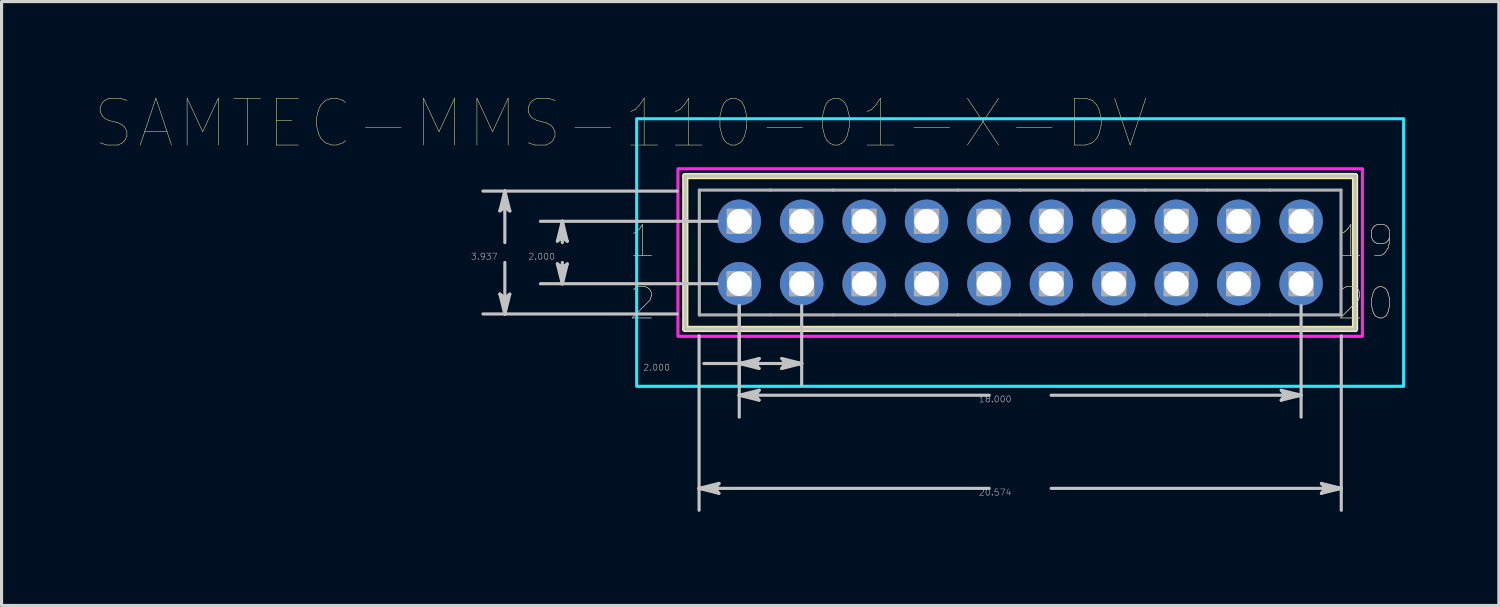
<source format=kicad_pcb>
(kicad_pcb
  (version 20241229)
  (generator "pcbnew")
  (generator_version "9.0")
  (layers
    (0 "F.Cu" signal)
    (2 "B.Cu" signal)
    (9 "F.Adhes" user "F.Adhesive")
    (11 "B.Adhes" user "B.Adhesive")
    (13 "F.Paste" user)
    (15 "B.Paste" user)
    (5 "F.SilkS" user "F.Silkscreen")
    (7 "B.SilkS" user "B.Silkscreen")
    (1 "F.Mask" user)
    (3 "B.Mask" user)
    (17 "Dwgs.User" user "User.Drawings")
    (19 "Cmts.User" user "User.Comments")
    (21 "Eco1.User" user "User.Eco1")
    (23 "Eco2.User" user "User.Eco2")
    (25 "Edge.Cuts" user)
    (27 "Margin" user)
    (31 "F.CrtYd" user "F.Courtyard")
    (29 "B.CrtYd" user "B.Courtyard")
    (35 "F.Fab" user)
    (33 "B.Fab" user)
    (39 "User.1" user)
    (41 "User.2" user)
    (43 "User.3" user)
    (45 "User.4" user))
  (footprint "SAMTEC-MMS-110-01-X-DV"
    (layer "F.Cu")
    (at 29.634 5.04)
    (property "Reference" "SAMTEC-MMS-110-01-X-DV" (at -12.797 -4.136 0) (layer "F.SilkS") (effects (font (size 1.5 1.5) (thickness 0.015))))
    (attr through_hole)
    (fp_circle (center -9 -1) (end -8.254 -1) (stroke (width 0.1) (type solid)) (fill no) (layer "F.Mask"))
    (fp_circle (center -9 1) (end -8.254 1) (stroke (width 0.1) (type solid)) (fill no) (layer "F.Mask"))
    (fp_circle (center -7 -1) (end -6.254 -1) (stroke (width 0.1) (type solid)) (fill no) (layer "F.Mask"))
    (fp_circle (center -7 1) (end -6.254 1) (stroke (width 0.1) (type solid)) (fill no) (layer "F.Mask"))
    (fp_circle (center -5 -1) (end -4.254 -1) (stroke (width 0.1) (type solid)) (fill no) (layer "F.Mask"))
    (fp_circle (center -5 1) (end -4.254 1) (stroke (width 0.1) (type solid)) (fill no) (layer "F.Mask"))
    (fp_circle (center -3 -1) (end -2.254 -1) (stroke (width 0.1) (type solid)) (fill no) (layer "F.Mask"))
    (fp_circle (center -3 1) (end -2.254 1) (stroke (width 0.1) (type solid)) (fill no) (layer "F.Mask"))
    (fp_circle (center -1 -1) (end -0.254 -1) (stroke (width 0.1) (type solid)) (fill no) (layer "F.Mask"))
    (fp_circle (center -1 1) (end -0.254 1) (stroke (width 0.1) (type solid)) (fill no) (layer "F.Mask"))
    (fp_circle (center 1 -1) (end 1.746 -1) (stroke (width 0.1) (type solid)) (fill no) (layer "F.Mask"))
    (fp_circle (center 1 1) (end 1.746 1) (stroke (width 0.1) (type solid)) (fill no) (layer "F.Mask"))
    (fp_circle (center 3 -1) (end 3.746 -1) (stroke (width 0.1) (type solid)) (fill no) (layer "F.Mask"))
    (fp_circle (center 3 1) (end 3.746 1) (stroke (width 0.1) (type solid)) (fill no) (layer "F.Mask"))
    (fp_circle (center 5 -1) (end 5.746 -1) (stroke (width 0.1) (type solid)) (fill no) (layer "F.Mask"))
    (fp_circle (center 5 1) (end 5.746 1) (stroke (width 0.1) (type solid)) (fill no) (layer "F.Mask"))
    (fp_circle (center 7 -1) (end 7.746 -1) (stroke (width 0.1) (type solid)) (fill no) (layer "F.Mask"))
    (fp_circle (center 7 1) (end 7.746 1) (stroke (width 0.1) (type solid)) (fill no) (layer "F.Mask"))
    (fp_circle (center 9 -1) (end 9.746 -1) (stroke (width 0.1) (type solid)) (fill no) (layer "F.Mask"))
    (fp_circle (center 9 1) (end 9.746 1) (stroke (width 0.1) (type solid)) (fill no) (layer "F.Mask"))
    (fp_circle (center -9 -1) (end -8.254 -1) (stroke (width 0.1) (type solid)) (fill no) (layer "B.Mask"))
    (fp_circle (center -9 1) (end -8.254 1) (stroke (width 0.1) (type solid)) (fill no) (layer "B.Mask"))
    (fp_circle (center -7 -1) (end -6.254 -1) (stroke (width 0.1) (type solid)) (fill no) (layer "B.Mask"))
    (fp_circle (center -7 1) (end -6.254 1) (stroke (width 0.1) (type solid)) (fill no) (layer "B.Mask"))
    (fp_circle (center -5 -1) (end -4.254 -1) (stroke (width 0.1) (type solid)) (fill no) (layer "B.Mask"))
    (fp_circle (center -5 1) (end -4.254 1) (stroke (width 0.1) (type solid)) (fill no) (layer "B.Mask"))
    (fp_circle (center -3 -1) (end -2.254 -1) (stroke (width 0.1) (type solid)) (fill no) (layer "B.Mask"))
    (fp_circle (center -3 1) (end -2.254 1) (stroke (width 0.1) (type solid)) (fill no) (layer "B.Mask"))
    (fp_circle (center -1 -1) (end -0.254 -1) (stroke (width 0.1) (type solid)) (fill no) (layer "B.Mask"))
    (fp_circle (center -1 1) (end -0.254 1) (stroke (width 0.1) (type solid)) (fill no) (layer "B.Mask"))
    (fp_circle (center 1 -1) (end 1.746 -1) (stroke (width 0.1) (type solid)) (fill no) (layer "B.Mask"))
    (fp_circle (center 1 1) (end 1.746 1) (stroke (width 0.1) (type solid)) (fill no) (layer "B.Mask"))
    (fp_circle (center 3 -1) (end 3.746 -1) (stroke (width 0.1) (type solid)) (fill no) (layer "B.Mask"))
    (fp_circle (center 3 1) (end 3.746 1) (stroke (width 0.1) (type solid)) (fill no) (layer "B.Mask"))
    (fp_circle (center 5 -1) (end 5.746 -1) (stroke (width 0.1) (type solid)) (fill no) (layer "B.Mask"))
    (fp_circle (center 5 1) (end 5.746 1) (stroke (width 0.1) (type solid)) (fill no) (layer "B.Mask"))
    (fp_circle (center 7 -1) (end 7.746 -1) (stroke (width 0.1) (type solid)) (fill no) (layer "B.Mask"))
    (fp_circle (center 7 1) (end 7.746 1) (stroke (width 0.1) (type solid)) (fill no) (layer "B.Mask"))
    (fp_circle (center 9 -1) (end 9.746 -1) (stroke (width 0.1) (type solid)) (fill no) (layer "B.Mask"))
    (fp_circle (center 9 1) (end 9.746 1) (stroke (width 0.1) (type solid)) (fill no) (layer "B.Mask"))
    (fp_line (start -10.729 -2.449) (end -10.729 2.449) (stroke (width 0.2) (type solid)) (layer "F.SilkS"))
    (fp_line (start -10.729 2.449) (end 10.729 2.449) (stroke (width 0.2) (type solid)) (layer "F.SilkS"))
    (fp_line (start 10.729 -2.449) (end -10.729 -2.449) (stroke (width 0.2) (type solid)) (layer "F.SilkS"))
    (fp_line (start 10.729 2.449) (end 10.729 -2.449) (stroke (width 0.2) (type solid)) (layer "F.SilkS"))
    (fp_line (start -16.669 -1.334) (end -16.51 -1.46) (stroke (width 0.1) (type solid)) (layer "Dwgs.User"))
    (fp_line (start -16.669 1.334) (end -16.51 1.968) (stroke (width 0.1) (type solid)) (layer "Dwgs.User"))
    (fp_line (start -16.589 -1.397) (end -16.51 -1.46) (stroke (width 0.1) (type solid)) (layer "Dwgs.User"))
    (fp_line (start -16.589 1.397) (end -16.669 1.334) (stroke (width 0.1) (type solid)) (layer "Dwgs.User"))
    (fp_line (start -16.51 -1.968) (end -16.669 -1.334) (stroke (width 0.1) (type solid)) (layer "Dwgs.User"))
    (fp_line (start -16.51 -1.968) (end -16.589 -1.397) (stroke (width 0.1) (type solid)) (layer "Dwgs.User"))
    (fp_line (start -16.51 -1.968) (end -16.431 -1.397) (stroke (width 0.1) (type solid)) (layer "Dwgs.User"))
    (fp_line (start -16.51 -1.46) (end -16.51 -1.968) (stroke (width 0.1) (type solid)) (layer "Dwgs.User"))
    (fp_line (start -16.51 -1.46) (end -16.351 -1.334) (stroke (width 0.1) (type solid)) (layer "Dwgs.User"))
    (fp_line (start -16.51 -0.318) (end -16.51 -1.968) (stroke (width 0.1) (type solid)) (layer "Dwgs.User"))
    (fp_line (start -16.51 0.318) (end -16.51 1.968) (stroke (width 0.1) (type solid)) (layer "Dwgs.User"))
    (fp_line (start -16.51 1.46) (end -16.669 1.334) (stroke (width 0.1) (type solid)) (layer "Dwgs.User"))
    (fp_line (start -16.51 1.46) (end -16.51 1.968) (stroke (width 0.1) (type solid)) (layer "Dwgs.User"))
    (fp_line (start -16.51 1.968) (end -16.589 1.397) (stroke (width 0.1) (type solid)) (layer "Dwgs.User"))
    (fp_line (start -16.51 1.968) (end -16.431 1.397) (stroke (width 0.1) (type solid)) (layer "Dwgs.User"))
    (fp_line (start -16.51 1.968) (end -16.351 1.334) (stroke (width 0.1) (type solid)) (layer "Dwgs.User"))
    (fp_line (start -16.431 -1.397) (end -16.351 -1.334) (stroke (width 0.1) (type solid)) (layer "Dwgs.User"))
    (fp_line (start -16.431 1.397) (end -16.51 1.46) (stroke (width 0.1) (type solid)) (layer "Dwgs.User"))
    (fp_line (start -16.351 -1.334) (end -16.51 -1.968) (stroke (width 0.1) (type solid)) (layer "Dwgs.User"))
    (fp_line (start -16.351 1.334) (end -16.51 1.46) (stroke (width 0.1) (type solid)) (layer "Dwgs.User"))
    (fp_line (start -14.827 -0.365) (end -14.668 -0.492) (stroke (width 0.1) (type solid)) (layer "Dwgs.User"))
    (fp_line (start -14.827 0.365) (end -14.668 1) (stroke (width 0.1) (type solid)) (layer "Dwgs.User"))
    (fp_line (start -14.748 -0.428) (end -14.668 -0.492) (stroke (width 0.1) (type solid)) (layer "Dwgs.User"))
    (fp_line (start -14.748 0.428) (end -14.827 0.365) (stroke (width 0.1) (type solid)) (layer "Dwgs.User"))
    (fp_line (start -14.668 -1) (end -14.827 -0.365) (stroke (width 0.1) (type solid)) (layer "Dwgs.User"))
    (fp_line (start -14.668 -1) (end -14.748 -0.428) (stroke (width 0.1) (type solid)) (layer "Dwgs.User"))
    (fp_line (start -14.668 -1) (end -14.589 -0.428) (stroke (width 0.1) (type solid)) (layer "Dwgs.User"))
    (fp_line (start -14.668 -0.492) (end -14.668 -1) (stroke (width 0.1) (type solid)) (layer "Dwgs.User"))
    (fp_line (start -14.668 -0.492) (end -14.51 -0.365) (stroke (width 0.1) (type solid)) (layer "Dwgs.User"))
    (fp_line (start -14.668 -0.318) (end -14.668 -1) (stroke (width 0.1) (type solid)) (layer "Dwgs.User"))
    (fp_line (start -14.668 0.318) (end -14.668 1) (stroke (width 0.1) (type solid)) (layer "Dwgs.User"))
    (fp_line (start -14.668 0.492) (end -14.827 0.365) (stroke (width 0.1) (type solid)) (layer "Dwgs.User"))
    (fp_line (start -14.668 0.492) (end -14.668 1) (stroke (width 0.1) (type solid)) (layer "Dwgs.User"))
    (fp_line (start -14.668 1) (end -14.748 0.428) (stroke (width 0.1) (type solid)) (layer "Dwgs.User"))
    (fp_line (start -14.668 1) (end -14.589 0.428) (stroke (width 0.1) (type solid)) (layer "Dwgs.User"))
    (fp_line (start -14.668 1) (end -14.51 0.365) (stroke (width 0.1) (type solid)) (layer "Dwgs.User"))
    (fp_line (start -14.589 -0.428) (end -14.51 -0.365) (stroke (width 0.1) (type solid)) (layer "Dwgs.User"))
    (fp_line (start -14.589 0.428) (end -14.668 0.492) (stroke (width 0.1) (type solid)) (layer "Dwgs.User"))
    (fp_line (start -14.51 -0.365) (end -14.668 -1) (stroke (width 0.1) (type solid)) (layer "Dwgs.User"))
    (fp_line (start -14.51 0.365) (end -14.668 0.492) (stroke (width 0.1) (type solid)) (layer "Dwgs.User"))
    (fp_line (start -10.988 -1.968) (end -17.211 -1.968) (stroke (width 0.1) (type solid)) (layer "Dwgs.User"))
    (fp_line (start -10.988 1.968) (end -17.211 1.968) (stroke (width 0.1) (type solid)) (layer "Dwgs.User"))
    (fp_line (start -10.729 -2.449) (end -10.729 2.449) (stroke (width 0.1) (type solid)) (layer "Dwgs.User"))
    (fp_line (start -10.729 2.449) (end 10.729 2.449) (stroke (width 0.1) (type solid)) (layer "Dwgs.User"))
    (fp_line (start -10.287 2.67) (end -10.287 8.258) (stroke (width 0.1) (type solid)) (layer "Dwgs.User"))
    (fp_line (start -10.287 7.556) (end -9.716 7.477) (stroke (width 0.1) (type solid)) (layer "Dwgs.User"))
    (fp_line (start -10.287 7.556) (end -9.716 7.636) (stroke (width 0.1) (type solid)) (layer "Dwgs.User"))
    (fp_line (start -10.287 7.556) (end -9.652 7.715) (stroke (width 0.1) (type solid)) (layer "Dwgs.User"))
    (fp_line (start -10.135 3.556) (end -9 3.556) (stroke (width 0.1) (type solid)) (layer "Dwgs.User"))
    (fp_line (start -9.779 7.556) (end -10.287 7.556) (stroke (width 0.1) (type solid)) (layer "Dwgs.User"))
    (fp_line (start -9.779 7.556) (end -9.652 7.398) (stroke (width 0.1) (type solid)) (layer "Dwgs.User"))
    (fp_line (start -9.716 7.477) (end -9.652 7.398) (stroke (width 0.1) (type solid)) (layer "Dwgs.User"))
    (fp_line (start -9.716 7.636) (end -9.779 7.556) (stroke (width 0.1) (type solid)) (layer "Dwgs.User"))
    (fp_line (start -9.701 -1) (end -15.37 -1) (stroke (width 0.1) (type solid)) (layer "Dwgs.User"))
    (fp_line (start -9.701 1) (end -15.37 1) (stroke (width 0.1) (type solid)) (layer "Dwgs.User"))
    (fp_line (start -9.652 7.398) (end -10.287 7.556) (stroke (width 0.1) (type solid)) (layer "Dwgs.User"))
    (fp_line (start -9.652 7.715) (end -9.779 7.556) (stroke (width 0.1) (type solid)) (layer "Dwgs.User"))
    (fp_line (start -9 1.701) (end -9 4.257) (stroke (width 0.1) (type solid)) (layer "Dwgs.User"))
    (fp_line (start -9 1.701) (end -9 5.273) (stroke (width 0.1) (type solid)) (layer "Dwgs.User"))
    (fp_line (start -9 3.556) (end -8.428 3.477) (stroke (width 0.1) (type solid)) (layer "Dwgs.User"))
    (fp_line (start -9 3.556) (end -8.428 3.635) (stroke (width 0.1) (type solid)) (layer "Dwgs.User"))
    (fp_line (start -9 3.556) (end -8.365 3.715) (stroke (width 0.1) (type solid)) (layer "Dwgs.User"))
    (fp_line (start -9 3.556) (end -7 3.556) (stroke (width 0.1) (type solid)) (layer "Dwgs.User"))
    (fp_line (start -9 4.572) (end -8.428 4.493) (stroke (width 0.1) (type solid)) (layer "Dwgs.User"))
    (fp_line (start -9 4.572) (end -8.428 4.651) (stroke (width 0.1) (type solid)) (layer "Dwgs.User"))
    (fp_line (start -9 4.572) (end -8.365 4.731) (stroke (width 0.1) (type solid)) (layer "Dwgs.User"))
    (fp_line (start -8.492 3.556) (end -9 3.556) (stroke (width 0.1) (type solid)) (layer "Dwgs.User"))
    (fp_line (start -8.492 3.556) (end -8.365 3.397) (stroke (width 0.1) (type solid)) (layer "Dwgs.User"))
    (fp_line (start -8.492 4.572) (end -9 4.572) (stroke (width 0.1) (type solid)) (layer "Dwgs.User"))
    (fp_line (start -8.492 4.572) (end -8.365 4.413) (stroke (width 0.1) (type solid)) (layer "Dwgs.User"))
    (fp_line (start -8.428 3.477) (end -8.365 3.397) (stroke (width 0.1) (type solid)) (layer "Dwgs.User"))
    (fp_line (start -8.428 3.635) (end -8.492 3.556) (stroke (width 0.1) (type solid)) (layer "Dwgs.User"))
    (fp_line (start -8.428 4.493) (end -8.365 4.413) (stroke (width 0.1) (type solid)) (layer "Dwgs.User"))
    (fp_line (start -8.428 4.651) (end -8.492 4.572) (stroke (width 0.1) (type solid)) (layer "Dwgs.User"))
    (fp_line (start -8.365 3.397) (end -9 3.556) (stroke (width 0.1) (type solid)) (layer "Dwgs.User"))
    (fp_line (start -8.365 3.715) (end -8.492 3.556) (stroke (width 0.1) (type solid)) (layer "Dwgs.User"))
    (fp_line (start -8.365 4.413) (end -9 4.572) (stroke (width 0.1) (type solid)) (layer "Dwgs.User"))
    (fp_line (start -8.365 4.731) (end -8.492 4.572) (stroke (width 0.1) (type solid)) (layer "Dwgs.User"))
    (fp_line (start -7.635 3.397) (end -7.508 3.556) (stroke (width 0.1) (type solid)) (layer "Dwgs.User"))
    (fp_line (start -7.635 3.715) (end -7 3.556) (stroke (width 0.1) (type solid)) (layer "Dwgs.User"))
    (fp_line (start -7.571 3.477) (end -7.508 3.556) (stroke (width 0.1) (type solid)) (layer "Dwgs.User"))
    (fp_line (start -7.571 3.635) (end -7.635 3.715) (stroke (width 0.1) (type solid)) (layer "Dwgs.User"))
    (fp_line (start -7.508 3.556) (end -7.635 3.715) (stroke (width 0.1) (type solid)) (layer "Dwgs.User"))
    (fp_line (start -7.508 3.556) (end -7 3.556) (stroke (width 0.1) (type solid)) (layer "Dwgs.User"))
    (fp_line (start -7 1.701) (end -7 4.257) (stroke (width 0.1) (type solid)) (layer "Dwgs.User"))
    (fp_line (start -7 3.556) (end -7.635 3.397) (stroke (width 0.1) (type solid)) (layer "Dwgs.User"))
    (fp_line (start -7 3.556) (end -7.571 3.477) (stroke (width 0.1) (type solid)) (layer "Dwgs.User"))
    (fp_line (start -7 3.556) (end -7.571 3.635) (stroke (width 0.1) (type solid)) (layer "Dwgs.User"))
    (fp_line (start -0.991 4.572) (end -9 4.572) (stroke (width 0.1) (type solid)) (layer "Dwgs.User"))
    (fp_line (start -0.991 7.556) (end -10.287 7.556) (stroke (width 0.1) (type solid)) (layer "Dwgs.User"))
    (fp_line (start 0.991 4.572) (end 9 4.572) (stroke (width 0.1) (type solid)) (layer "Dwgs.User"))
    (fp_line (start 0.991 7.556) (end 10.287 7.556) (stroke (width 0.1) (type solid)) (layer "Dwgs.User"))
    (fp_line (start 8.365 4.413) (end 8.492 4.572) (stroke (width 0.1) (type solid)) (layer "Dwgs.User"))
    (fp_line (start 8.365 4.731) (end 9 4.572) (stroke (width 0.1) (type solid)) (layer "Dwgs.User"))
    (fp_line (start 8.428 4.493) (end 8.492 4.572) (stroke (width 0.1) (type solid)) (layer "Dwgs.User"))
    (fp_line (start 8.428 4.651) (end 8.365 4.731) (stroke (width 0.1) (type solid)) (layer "Dwgs.User"))
    (fp_line (start 8.492 4.572) (end 8.365 4.731) (stroke (width 0.1) (type solid)) (layer "Dwgs.User"))
    (fp_line (start 8.492 4.572) (end 9 4.572) (stroke (width 0.1) (type solid)) (layer "Dwgs.User"))
    (fp_line (start 9 1.701) (end 9 5.273) (stroke (width 0.1) (type solid)) (layer "Dwgs.User"))
    (fp_line (start 9 4.572) (end 8.365 4.413) (stroke (width 0.1) (type solid)) (layer "Dwgs.User"))
    (fp_line (start 9 4.572) (end 8.428 4.493) (stroke (width 0.1) (type solid)) (layer "Dwgs.User"))
    (fp_line (start 9 4.572) (end 8.428 4.651) (stroke (width 0.1) (type solid)) (layer "Dwgs.User"))
    (fp_line (start 9.652 7.398) (end 9.779 7.556) (stroke (width 0.1) (type solid)) (layer "Dwgs.User"))
    (fp_line (start 9.652 7.715) (end 10.287 7.556) (stroke (width 0.1) (type solid)) (layer "Dwgs.User"))
    (fp_line (start 9.716 7.477) (end 9.779 7.556) (stroke (width 0.1) (type solid)) (layer "Dwgs.User"))
    (fp_line (start 9.716 7.636) (end 9.652 7.715) (stroke (width 0.1) (type solid)) (layer "Dwgs.User"))
    (fp_line (start 9.779 7.556) (end 9.652 7.715) (stroke (width 0.1) (type solid)) (layer "Dwgs.User"))
    (fp_line (start 9.779 7.556) (end 10.287 7.556) (stroke (width 0.1) (type solid)) (layer "Dwgs.User"))
    (fp_line (start 10.287 2.67) (end 10.287 8.258) (stroke (width 0.1) (type solid)) (layer "Dwgs.User"))
    (fp_line (start 10.287 7.556) (end 9.652 7.398) (stroke (width 0.1) (type solid)) (layer "Dwgs.User"))
    (fp_line (start 10.287 7.556) (end 9.716 7.477) (stroke (width 0.1) (type solid)) (layer "Dwgs.User"))
    (fp_line (start 10.287 7.556) (end 9.716 7.636) (stroke (width 0.1) (type solid)) (layer "Dwgs.User"))
    (fp_line (start 10.729 -2.449) (end -10.729 -2.449) (stroke (width 0.1) (type solid)) (layer "Dwgs.User"))
    (fp_line (start 10.729 2.449) (end 10.729 -2.449) (stroke (width 0.1) (type solid)) (layer "Dwgs.User"))
    (fp_poly (pts (xy -12.286 4.286) (xy -12.286 -4.286) (xy 12.286 -4.286) (xy 12.286 4.286) (xy -12.286 4.286)) (stroke (width 0.1) (type solid)) (fill no) (layer "B.CrtYd"))
    (fp_poly (pts (xy -10.964 2.684) (xy -10.964 -2.684) (xy 10.964 -2.684) (xy 10.964 2.684) (xy -10.964 2.684)) (stroke (width 0.1) (type solid)) (fill no) (layer "F.CrtYd"))
    (fp_line (start -10.279 -1.999) (end -10.279 1.999) (stroke (width 0.1) (type solid)) (layer "F.Fab"))
    (fp_line (start -10.279 1.999) (end -8 1.999) (stroke (width 0.1) (type solid)) (layer "F.Fab"))
    (fp_line (start -9.356 -1.355) (end -9.356 -0.644) (stroke (width 0.1) (type solid)) (layer "F.Fab"))
    (fp_line (start -9.356 -0.644) (end -8.644 -0.644) (stroke (width 0.1) (type solid)) (layer "F.Fab"))
    (fp_line (start -9.356 0.644) (end -9.356 1.355) (stroke (width 0.1) (type solid)) (layer "F.Fab"))
    (fp_line (start -9.356 1.355) (end -8.644 1.355) (stroke (width 0.1) (type solid)) (layer "F.Fab"))
    (fp_line (start -9.254 -0.898) (end -9.254 -1.355) (stroke (width 0.1) (type solid)) (layer "F.Fab"))
    (fp_line (start -9.254 0.898) (end -8.746 0.898) (stroke (width 0.1) (type solid)) (layer "F.Fab"))
    (fp_line (start -9.254 1.355) (end -9.254 0.898) (stroke (width 0.1) (type solid)) (layer "F.Fab"))
    (fp_line (start -8.746 -1.355) (end -8.746 -0.898) (stroke (width 0.1) (type solid)) (layer "F.Fab"))
    (fp_line (start -8.746 -0.898) (end -9.254 -0.898) (stroke (width 0.1) (type solid)) (layer "F.Fab"))
    (fp_line (start -8.746 0.898) (end -8.746 1.355) (stroke (width 0.1) (type solid)) (layer "F.Fab"))
    (fp_line (start -8.644 -1.355) (end -9.356 -1.355) (stroke (width 0.1) (type solid)) (layer "F.Fab"))
    (fp_line (start -8.644 -0.644) (end -8.644 -1.355) (stroke (width 0.1) (type solid)) (layer "F.Fab"))
    (fp_line (start -8.644 0.644) (end -9.356 0.644) (stroke (width 0.1) (type solid)) (layer "F.Fab"))
    (fp_line (start -8.644 1.355) (end -8.644 0.644) (stroke (width 0.1) (type solid)) (layer "F.Fab"))
    (fp_line (start -8 -1.999) (end -10.279 -1.999) (stroke (width 0.1) (type solid)) (layer "F.Fab"))
    (fp_line (start -7.356 -1.355) (end -7.356 -0.644) (stroke (width 0.1) (type solid)) (layer "F.Fab"))
    (fp_line (start -7.356 -0.644) (end -6.644 -0.644) (stroke (width 0.1) (type solid)) (layer "F.Fab"))
    (fp_line (start -7.356 0.644) (end -7.356 1.355) (stroke (width 0.1) (type solid)) (layer "F.Fab"))
    (fp_line (start -7.356 1.355) (end -6.644 1.355) (stroke (width 0.1) (type solid)) (layer "F.Fab"))
    (fp_line (start -7.254 -0.898) (end -7.254 -1.355) (stroke (width 0.1) (type solid)) (layer "F.Fab"))
    (fp_line (start -7.254 0.898) (end -6.746 0.898) (stroke (width 0.1) (type solid)) (layer "F.Fab"))
    (fp_line (start -7.254 1.355) (end -7.254 0.898) (stroke (width 0.1) (type solid)) (layer "F.Fab"))
    (fp_line (start -6.746 -1.355) (end -6.746 -0.898) (stroke (width 0.1) (type solid)) (layer "F.Fab"))
    (fp_line (start -6.746 -0.898) (end -7.254 -0.898) (stroke (width 0.1) (type solid)) (layer "F.Fab"))
    (fp_line (start -6.746 0.898) (end -6.746 1.355) (stroke (width 0.1) (type solid)) (layer "F.Fab"))
    (fp_line (start -6.644 -1.355) (end -7.356 -1.355) (stroke (width 0.1) (type solid)) (layer "F.Fab"))
    (fp_line (start -6.644 -0.644) (end -6.644 -1.355) (stroke (width 0.1) (type solid)) (layer "F.Fab"))
    (fp_line (start -6.644 0.644) (end -7.356 0.644) (stroke (width 0.1) (type solid)) (layer "F.Fab"))
    (fp_line (start -6.644 1.355) (end -6.644 0.644) (stroke (width 0.1) (type solid)) (layer "F.Fab"))
    (fp_line (start -6 -1.999) (end -7.999 -1.999) (stroke (width 0.1) (type solid)) (layer "F.Fab"))
    (fp_line (start -6 1.999) (end -7.999 1.999) (stroke (width 0.1) (type solid)) (layer "F.Fab"))
    (fp_line (start -5.356 -1.355) (end -5.356 -0.644) (stroke (width 0.1) (type solid)) (layer "F.Fab"))
    (fp_line (start -5.356 -0.644) (end -4.644 -0.644) (stroke (width 0.1) (type solid)) (layer "F.Fab"))
    (fp_line (start -5.356 0.644) (end -5.356 1.355) (stroke (width 0.1) (type solid)) (layer "F.Fab"))
    (fp_line (start -5.356 1.355) (end -4.644 1.355) (stroke (width 0.1) (type solid)) (layer "F.Fab"))
    (fp_line (start -5.254 -0.898) (end -5.254 -1.355) (stroke (width 0.1) (type solid)) (layer "F.Fab"))
    (fp_line (start -5.254 0.898) (end -4.746 0.898) (stroke (width 0.1) (type solid)) (layer "F.Fab"))
    (fp_line (start -5.254 1.355) (end -5.254 0.898) (stroke (width 0.1) (type solid)) (layer "F.Fab"))
    (fp_line (start -4.746 -1.355) (end -4.746 -0.898) (stroke (width 0.1) (type solid)) (layer "F.Fab"))
    (fp_line (start -4.746 -0.898) (end -5.254 -0.898) (stroke (width 0.1) (type solid)) (layer "F.Fab"))
    (fp_line (start -4.746 0.898) (end -4.746 1.355) (stroke (width 0.1) (type solid)) (layer "F.Fab"))
    (fp_line (start -4.644 -1.355) (end -5.356 -1.355) (stroke (width 0.1) (type solid)) (layer "F.Fab"))
    (fp_line (start -4.644 -0.644) (end -4.644 -1.355) (stroke (width 0.1) (type solid)) (layer "F.Fab"))
    (fp_line (start -4.644 0.644) (end -5.356 0.644) (stroke (width 0.1) (type solid)) (layer "F.Fab"))
    (fp_line (start -4.644 1.355) (end -4.644 0.644) (stroke (width 0.1) (type solid)) (layer "F.Fab"))
    (fp_line (start -4 -1.999) (end -5.999 -1.999) (stroke (width 0.1) (type solid)) (layer "F.Fab"))
    (fp_line (start -4 1.999) (end -5.999 1.999) (stroke (width 0.1) (type solid)) (layer "F.Fab"))
    (fp_line (start -3.356 -1.355) (end -3.356 -0.644) (stroke (width 0.1) (type solid)) (layer "F.Fab"))
    (fp_line (start -3.356 -0.644) (end -2.644 -0.644) (stroke (width 0.1) (type solid)) (layer "F.Fab"))
    (fp_line (start -3.356 0.644) (end -3.356 1.355) (stroke (width 0.1) (type solid)) (layer "F.Fab"))
    (fp_line (start -3.356 1.355) (end -2.644 1.355) (stroke (width 0.1) (type solid)) (layer "F.Fab"))
    (fp_line (start -3.254 -0.898) (end -3.254 -1.355) (stroke (width 0.1) (type solid)) (layer "F.Fab"))
    (fp_line (start -3.254 0.898) (end -2.746 0.898) (stroke (width 0.1) (type solid)) (layer "F.Fab"))
    (fp_line (start -3.254 1.355) (end -3.254 0.898) (stroke (width 0.1) (type solid)) (layer "F.Fab"))
    (fp_line (start -2.746 -1.355) (end -2.746 -0.898) (stroke (width 0.1) (type solid)) (layer "F.Fab"))
    (fp_line (start -2.746 -0.898) (end -3.254 -0.898) (stroke (width 0.1) (type solid)) (layer "F.Fab"))
    (fp_line (start -2.746 0.898) (end -2.746 1.355) (stroke (width 0.1) (type solid)) (layer "F.Fab"))
    (fp_line (start -2.644 -1.355) (end -3.356 -1.355) (stroke (width 0.1) (type solid)) (layer "F.Fab"))
    (fp_line (start -2.644 -0.644) (end -2.644 -1.355) (stroke (width 0.1) (type solid)) (layer "F.Fab"))
    (fp_line (start -2.644 0.644) (end -3.356 0.644) (stroke (width 0.1) (type solid)) (layer "F.Fab"))
    (fp_line (start -2.644 1.355) (end -2.644 0.644) (stroke (width 0.1) (type solid)) (layer "F.Fab"))
    (fp_line (start -2.001 -1.999) (end -3.999 -1.999) (stroke (width 0.1) (type solid)) (layer "F.Fab"))
    (fp_line (start -2.001 1.999) (end -3.999 1.999) (stroke (width 0.1) (type solid)) (layer "F.Fab"))
    (fp_line (start -1.356 -1.355) (end -1.356 -0.644) (stroke (width 0.1) (type solid)) (layer "F.Fab"))
    (fp_line (start -1.356 -0.644) (end -0.644 -0.644) (stroke (width 0.1) (type solid)) (layer "F.Fab"))
    (fp_line (start -1.356 0.644) (end -1.356 1.355) (stroke (width 0.1) (type solid)) (layer "F.Fab"))
    (fp_line (start -1.356 1.355) (end -0.644 1.355) (stroke (width 0.1) (type solid)) (layer "F.Fab"))
    (fp_line (start -1.254 -0.898) (end -1.254 -1.355) (stroke (width 0.1) (type solid)) (layer "F.Fab"))
    (fp_line (start -1.254 0.898) (end -0.746 0.898) (stroke (width 0.1) (type solid)) (layer "F.Fab"))
    (fp_line (start -1.254 1.355) (end -1.254 0.898) (stroke (width 0.1) (type solid)) (layer "F.Fab"))
    (fp_line (start -0.746 -1.355) (end -0.746 -0.898) (stroke (width 0.1) (type solid)) (layer "F.Fab"))
    (fp_line (start -0.746 -0.898) (end -1.254 -0.898) (stroke (width 0.1) (type solid)) (layer "F.Fab"))
    (fp_line (start -0.746 0.898) (end -0.746 1.355) (stroke (width 0.1) (type solid)) (layer "F.Fab"))
    (fp_line (start -0.644 -1.355) (end -1.356 -1.355) (stroke (width 0.1) (type solid)) (layer "F.Fab"))
    (fp_line (start -0.644 -0.644) (end -0.644 -1.355) (stroke (width 0.1) (type solid)) (layer "F.Fab"))
    (fp_line (start -0.644 0.644) (end -1.356 0.644) (stroke (width 0.1) (type solid)) (layer "F.Fab"))
    (fp_line (start -0.644 1.355) (end -0.644 0.644) (stroke (width 0.1) (type solid)) (layer "F.Fab"))
    (fp_line (start -0.001 -1.999) (end -1.999 -1.999) (stroke (width 0.1) (type solid)) (layer "F.Fab"))
    (fp_line (start -0.001 1.999) (end -1.999 1.999) (stroke (width 0.1) (type solid)) (layer "F.Fab"))
    (fp_line (start 0.644 -1.355) (end 0.644 -0.644) (stroke (width 0.1) (type solid)) (layer "F.Fab"))
    (fp_line (start 0.644 -0.644) (end 1.356 -0.644) (stroke (width 0.1) (type solid)) (layer "F.Fab"))
    (fp_line (start 0.644 0.644) (end 0.644 1.355) (stroke (width 0.1) (type solid)) (layer "F.Fab"))
    (fp_line (start 0.644 1.355) (end 1.356 1.355) (stroke (width 0.1) (type solid)) (layer "F.Fab"))
    (fp_line (start 0.746 -0.898) (end 0.746 -1.355) (stroke (width 0.1) (type solid)) (layer "F.Fab"))
    (fp_line (start 0.746 0.898) (end 1.254 0.898) (stroke (width 0.1) (type solid)) (layer "F.Fab"))
    (fp_line (start 0.746 1.355) (end 0.746 0.898) (stroke (width 0.1) (type solid)) (layer "F.Fab"))
    (fp_line (start 1.254 -1.355) (end 1.254 -0.898) (stroke (width 0.1) (type solid)) (layer "F.Fab"))
    (fp_line (start 1.254 -0.898) (end 0.746 -0.898) (stroke (width 0.1) (type solid)) (layer "F.Fab"))
    (fp_line (start 1.254 0.898) (end 1.254 1.355) (stroke (width 0.1) (type solid)) (layer "F.Fab"))
    (fp_line (start 1.356 -1.355) (end 0.644 -1.355) (stroke (width 0.1) (type solid)) (layer "F.Fab"))
    (fp_line (start 1.356 -0.644) (end 1.356 -1.355) (stroke (width 0.1) (type solid)) (layer "F.Fab"))
    (fp_line (start 1.356 0.644) (end 0.644 0.644) (stroke (width 0.1) (type solid)) (layer "F.Fab"))
    (fp_line (start 1.356 1.355) (end 1.356 0.644) (stroke (width 0.1) (type solid)) (layer "F.Fab"))
    (fp_line (start 1.999 -1.999) (end 0.001 -1.999) (stroke (width 0.1) (type solid)) (layer "F.Fab"))
    (fp_line (start 1.999 1.999) (end 0.001 1.999) (stroke (width 0.1) (type solid)) (layer "F.Fab"))
    (fp_line (start 2.644 -1.355) (end 2.644 -0.644) (stroke (width 0.1) (type solid)) (layer "F.Fab"))
    (fp_line (start 2.644 -0.644) (end 3.356 -0.644) (stroke (width 0.1) (type solid)) (layer "F.Fab"))
    (fp_line (start 2.644 0.644) (end 2.644 1.355) (stroke (width 0.1) (type solid)) (layer "F.Fab"))
    (fp_line (start 2.644 1.355) (end 3.356 1.355) (stroke (width 0.1) (type solid)) (layer "F.Fab"))
    (fp_line (start 2.746 -0.898) (end 2.746 -1.355) (stroke (width 0.1) (type solid)) (layer "F.Fab"))
    (fp_line (start 2.746 0.898) (end 3.254 0.898) (stroke (width 0.1) (type solid)) (layer "F.Fab"))
    (fp_line (start 2.746 1.355) (end 2.746 0.898) (stroke (width 0.1) (type solid)) (layer "F.Fab"))
    (fp_line (start 3.254 -1.355) (end 3.254 -0.898) (stroke (width 0.1) (type solid)) (layer "F.Fab"))
    (fp_line (start 3.254 -0.898) (end 2.746 -0.898) (stroke (width 0.1) (type solid)) (layer "F.Fab"))
    (fp_line (start 3.254 0.898) (end 3.254 1.355) (stroke (width 0.1) (type solid)) (layer "F.Fab"))
    (fp_line (start 3.356 -1.355) (end 2.644 -1.355) (stroke (width 0.1) (type solid)) (layer "F.Fab"))
    (fp_line (start 3.356 -0.644) (end 3.356 -1.355) (stroke (width 0.1) (type solid)) (layer "F.Fab"))
    (fp_line (start 3.356 0.644) (end 2.644 0.644) (stroke (width 0.1) (type solid)) (layer "F.Fab"))
    (fp_line (start 3.356 1.355) (end 3.356 0.644) (stroke (width 0.1) (type solid)) (layer "F.Fab"))
    (fp_line (start 3.999 -1.999) (end 2.001 -1.999) (stroke (width 0.1) (type solid)) (layer "F.Fab"))
    (fp_line (start 3.999 1.999) (end 2.001 1.999) (stroke (width 0.1) (type solid)) (layer "F.Fab"))
    (fp_line (start 4.644 -1.355) (end 4.644 -0.644) (stroke (width 0.1) (type solid)) (layer "F.Fab"))
    (fp_line (start 4.644 -0.644) (end 5.356 -0.644) (stroke (width 0.1) (type solid)) (layer "F.Fab"))
    (fp_line (start 4.644 0.644) (end 4.644 1.355) (stroke (width 0.1) (type solid)) (layer "F.Fab"))
    (fp_line (start 4.644 1.355) (end 5.356 1.355) (stroke (width 0.1) (type solid)) (layer "F.Fab"))
    (fp_line (start 4.746 -0.898) (end 4.746 -1.355) (stroke (width 0.1) (type solid)) (layer "F.Fab"))
    (fp_line (start 4.746 0.898) (end 5.254 0.898) (stroke (width 0.1) (type solid)) (layer "F.Fab"))
    (fp_line (start 4.746 1.355) (end 4.746 0.898) (stroke (width 0.1) (type solid)) (layer "F.Fab"))
    (fp_line (start 5.254 -1.355) (end 5.254 -0.898) (stroke (width 0.1) (type solid)) (layer "F.Fab"))
    (fp_line (start 5.254 -0.898) (end 4.746 -0.898) (stroke (width 0.1) (type solid)) (layer "F.Fab"))
    (fp_line (start 5.254 0.898) (end 5.254 1.355) (stroke (width 0.1) (type solid)) (layer "F.Fab"))
    (fp_line (start 5.356 -1.355) (end 4.644 -1.355) (stroke (width 0.1) (type solid)) (layer "F.Fab"))
    (fp_line (start 5.356 -0.644) (end 5.356 -1.355) (stroke (width 0.1) (type solid)) (layer "F.Fab"))
    (fp_line (start 5.356 0.644) (end 4.644 0.644) (stroke (width 0.1) (type solid)) (layer "F.Fab"))
    (fp_line (start 5.356 1.355) (end 5.356 0.644) (stroke (width 0.1) (type solid)) (layer "F.Fab"))
    (fp_line (start 5.999 -1.999) (end 4 -1.999) (stroke (width 0.1) (type solid)) (layer "F.Fab"))
    (fp_line (start 5.999 1.999) (end 4 1.999) (stroke (width 0.1) (type solid)) (layer "F.Fab"))
    (fp_line (start 6.644 -1.355) (end 6.644 -0.644) (stroke (width 0.1) (type solid)) (layer "F.Fab"))
    (fp_line (start 6.644 -0.644) (end 7.356 -0.644) (stroke (width 0.1) (type solid)) (layer "F.Fab"))
    (fp_line (start 6.644 0.644) (end 6.644 1.355) (stroke (width 0.1) (type solid)) (layer "F.Fab"))
    (fp_line (start 6.644 1.355) (end 7.356 1.355) (stroke (width 0.1) (type solid)) (layer "F.Fab"))
    (fp_line (start 6.746 -0.898) (end 6.746 -1.355) (stroke (width 0.1) (type solid)) (layer "F.Fab"))
    (fp_line (start 6.746 0.898) (end 7.254 0.898) (stroke (width 0.1) (type solid)) (layer "F.Fab"))
    (fp_line (start 6.746 1.355) (end 6.746 0.898) (stroke (width 0.1) (type solid)) (layer "F.Fab"))
    (fp_line (start 7.254 -1.355) (end 7.254 -0.898) (stroke (width 0.1) (type solid)) (layer "F.Fab"))
    (fp_line (start 7.254 -0.898) (end 6.746 -0.898) (stroke (width 0.1) (type solid)) (layer "F.Fab"))
    (fp_line (start 7.254 0.898) (end 7.254 1.355) (stroke (width 0.1) (type solid)) (layer "F.Fab"))
    (fp_line (start 7.356 -1.355) (end 6.644 -1.355) (stroke (width 0.1) (type solid)) (layer "F.Fab"))
    (fp_line (start 7.356 -0.644) (end 7.356 -1.355) (stroke (width 0.1) (type solid)) (layer "F.Fab"))
    (fp_line (start 7.356 0.644) (end 6.644 0.644) (stroke (width 0.1) (type solid)) (layer "F.Fab"))
    (fp_line (start 7.356 1.355) (end 7.356 0.644) (stroke (width 0.1) (type solid)) (layer "F.Fab"))
    (fp_line (start 7.999 -1.999) (end 6 -1.999) (stroke (width 0.1) (type solid)) (layer "F.Fab"))
    (fp_line (start 7.999 1.999) (end 6 1.999) (stroke (width 0.1) (type solid)) (layer "F.Fab"))
    (fp_line (start 8 -1.999) (end 10.279 -1.999) (stroke (width 0.1) (type solid)) (layer "F.Fab"))
    (fp_line (start 8.644 -1.355) (end 9.356 -1.355) (stroke (width 0.1) (type solid)) (layer "F.Fab"))
    (fp_line (start 8.644 -0.644) (end 8.644 -1.355) (stroke (width 0.1) (type solid)) (layer "F.Fab"))
    (fp_line (start 8.644 0.644) (end 9.356 0.644) (stroke (width 0.1) (type solid)) (layer "F.Fab"))
    (fp_line (start 8.644 1.355) (end 8.644 0.644) (stroke (width 0.1) (type solid)) (layer "F.Fab"))
    (fp_line (start 8.746 -1.355) (end 8.746 -0.898) (stroke (width 0.1) (type solid)) (layer "F.Fab"))
    (fp_line (start 8.746 -0.898) (end 9.254 -0.898) (stroke (width 0.1) (type solid)) (layer "F.Fab"))
    (fp_line (start 8.746 0.898) (end 8.746 1.355) (stroke (width 0.1) (type solid)) (layer "F.Fab"))
    (fp_line (start 9.254 -0.898) (end 9.254 -1.355) (stroke (width 0.1) (type solid)) (layer "F.Fab"))
    (fp_line (start 9.254 0.898) (end 8.746 0.898) (stroke (width 0.1) (type solid)) (layer "F.Fab"))
    (fp_line (start 9.254 1.355) (end 9.254 0.898) (stroke (width 0.1) (type solid)) (layer "F.Fab"))
    (fp_line (start 9.356 -1.355) (end 9.356 -0.644) (stroke (width 0.1) (type solid)) (layer "F.Fab"))
    (fp_line (start 9.356 -0.644) (end 8.644 -0.644) (stroke (width 0.1) (type solid)) (layer "F.Fab"))
    (fp_line (start 9.356 0.644) (end 9.356 1.355) (stroke (width 0.1) (type solid)) (layer "F.Fab"))
    (fp_line (start 9.356 1.355) (end 8.644 1.355) (stroke (width 0.1) (type solid)) (layer "F.Fab"))
    (fp_line (start 10.279 -1.999) (end 10.279 1.999) (stroke (width 0.1) (type solid)) (layer "F.Fab"))
    (fp_line (start 10.279 1.999) (end 8 1.999) (stroke (width 0.1) (type solid)) (layer "F.Fab"))
    (fp_text user "20" (at 11.07 1.635 0) (layer "F.SilkS") (effects (font (size 1 1) (thickness 0.015))))
    (fp_text user "2" (at -12.099 1.635 0) (layer "F.SilkS") (effects (font (size 1 1) (thickness 0.015))))
    (fp_text user "19" (at 11.07 -0.365 0) (layer "F.SilkS") (effects (font (size 1 1) (thickness 0.015))))
    (fp_text user "1" (at -12.099 -0.365 0) (layer "F.SilkS") (effects (font (size 1 1) (thickness 0.015))))
    (fp_text user "2.000" (at -11.646 3.683 0) (layer "Dwgs.User") (effects (font (size 0.2 0.2) (thickness 0.015))))
    (fp_text user "20.574" (at -0.8 7.684 0) (layer "Dwgs.User") (effects (font (size 0.2 0.2) (thickness 0.015))))
    (fp_text user "3.937" (at -17.17 0.127 0) (layer "Dwgs.User") (effects (font (size 0.2 0.2) (thickness 0.015))))
    (fp_text user "2.000" (at -15.329 0.127 0) (layer "Dwgs.User") (effects (font (size 0.2 0.2) (thickness 0.015))))
    (fp_text user "18.000" (at -0.8 4.699 0) (layer "Dwgs.User") (effects (font (size 0.2 0.2) (thickness 0.015))))
    (fp_text user "20" (at 11.07 1.635 0) (layer "F.Fab") (effects (font (size 1 1) (thickness 0.015))))
    (fp_text user "19" (at 11.07 -0.365 0) (layer "F.Fab") (effects (font (size 1 1) (thickness 0.015))))
    (fp_text user "2" (at -12.099 1.635 0) (layer "F.Fab") (effects (font (size 1 1) (thickness 0.015))))
    (fp_text user "1" (at -12.099 -0.365 0) (layer "F.Fab") (effects (font (size 1 1) (thickness 0.015))))
    (pad "1" thru_hole circle (at -9 -1) (size 1.39 1.39) (drill 0.79) (layers "*.Cu"))
    (pad "2" thru_hole circle (at -9 1) (size 1.39 1.39) (drill 0.79) (layers "*.Cu"))
    (pad "3" thru_hole circle (at -7 -1) (size 1.39 1.39) (drill 0.79) (layers "*.Cu"))
    (pad "4" thru_hole circle (at -7 1) (size 1.39 1.39) (drill 0.79) (layers "*.Cu"))
    (pad "5" thru_hole circle (at -5 -1) (size 1.39 1.39) (drill 0.79) (layers "*.Cu"))
    (pad "6" thru_hole circle (at -5 1) (size 1.39 1.39) (drill 0.79) (layers "*.Cu"))
    (pad "7" thru_hole circle (at -3 -1) (size 1.39 1.39) (drill 0.79) (layers "*.Cu"))
    (pad "8" thru_hole circle (at -3 1) (size 1.39 1.39) (drill 0.79) (layers "*.Cu"))
    (pad "9" thru_hole circle (at -1 -1) (size 1.39 1.39) (drill 0.79) (layers "*.Cu"))
    (pad "10" thru_hole circle (at -1 1) (size 1.39 1.39) (drill 0.79) (layers "*.Cu"))
    (pad "11" thru_hole circle (at 1 -1) (size 1.39 1.39) (drill 0.79) (layers "*.Cu"))
    (pad "12" thru_hole circle (at 1 1) (size 1.39 1.39) (drill 0.79) (layers "*.Cu"))
    (pad "13" thru_hole circle (at 3 -1) (size 1.39 1.39) (drill 0.79) (layers "*.Cu"))
    (pad "14" thru_hole circle (at 3 1) (size 1.39 1.39) (drill 0.79) (layers "*.Cu"))
    (pad "15" thru_hole circle (at 5 -1) (size 1.39 1.39) (drill 0.79) (layers "*.Cu"))
    (pad "16" thru_hole circle (at 5 1) (size 1.39 1.39) (drill 0.79) (layers "*.Cu"))
    (pad "17" thru_hole circle (at 7 -1) (size 1.39 1.39) (drill 0.79) (layers "*.Cu"))
    (pad "18" thru_hole circle (at 7 1) (size 1.39 1.39) (drill 0.79) (layers "*.Cu"))
    (pad "19" thru_hole circle (at 9 -1) (size 1.39 1.39) (drill 0.79) (layers "*.Cu"))
    (pad "20" thru_hole circle (at 9 1) (size 1.39 1.39) (drill 0.79) (layers "*.Cu")))
  (gr_rect
    (start -3 -3)
    (end 44.97 16.348)
    (stroke (width 0.1) (type default))
    (fill no)
    (layer "Edge.Cuts")))
</source>
